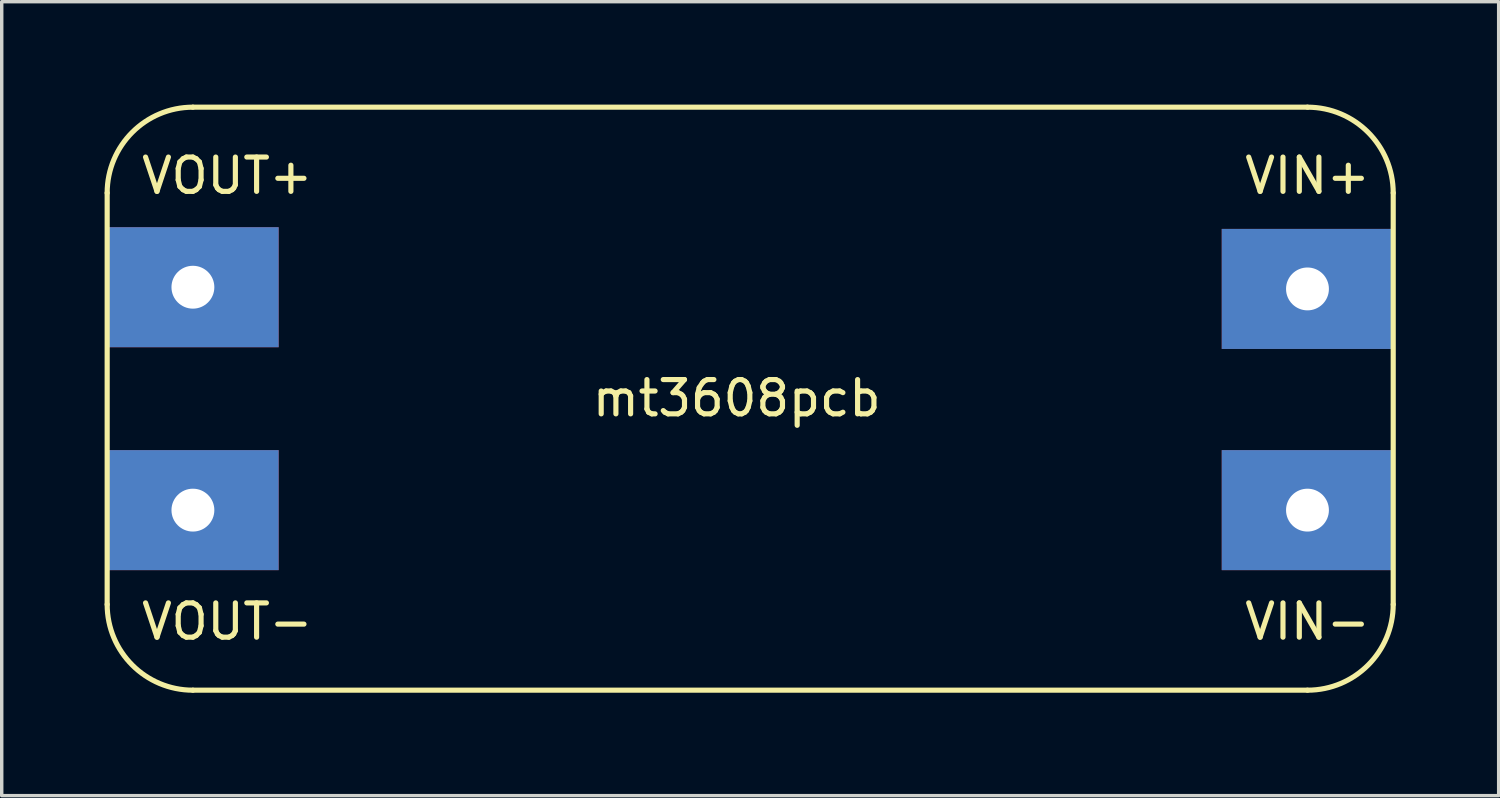
<source format=kicad_pcb>
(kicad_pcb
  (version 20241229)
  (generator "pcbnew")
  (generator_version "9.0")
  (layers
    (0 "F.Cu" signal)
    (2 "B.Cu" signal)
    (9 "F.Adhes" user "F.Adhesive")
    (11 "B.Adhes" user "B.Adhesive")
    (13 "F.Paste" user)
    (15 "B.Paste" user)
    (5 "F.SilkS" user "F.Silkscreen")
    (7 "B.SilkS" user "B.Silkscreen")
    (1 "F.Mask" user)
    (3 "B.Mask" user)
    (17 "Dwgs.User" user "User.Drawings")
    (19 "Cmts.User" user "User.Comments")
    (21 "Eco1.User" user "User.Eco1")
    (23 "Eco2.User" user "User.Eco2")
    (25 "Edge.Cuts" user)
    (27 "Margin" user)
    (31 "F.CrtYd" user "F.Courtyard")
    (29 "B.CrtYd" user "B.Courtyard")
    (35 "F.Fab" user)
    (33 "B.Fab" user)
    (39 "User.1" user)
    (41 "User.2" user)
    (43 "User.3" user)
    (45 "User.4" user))
  (footprint "mt3608pcb"
    (layer "F.Cu")
    (at 18.446 8.677)
    (property "Reference" "mt3608pcb" (at -0.013 -0.114 180) (layer "F.SilkS") (effects (font (size 1 1) (thickness 0.15))))
    (attr through_hole)
    (fp_line (start -18.371 -6.102) (end -18.371 5.898) (stroke (width 0.15) (type solid)) (layer "F.SilkS"))
    (fp_line (start -15.871 8.398) (end 16.629 8.398) (stroke (width 0.15) (type solid)) (layer "F.SilkS"))
    (fp_line (start 16.629 -8.602) (end -15.871 -8.602) (stroke (width 0.15) (type solid)) (layer "F.SilkS"))
    (fp_line (start 19.129 5.898) (end 19.129 -6.102) (stroke (width 0.15) (type solid)) (layer "F.SilkS"))
    (fp_arc (start -18.3711 -6.1016) (mid -17.638867 -7.869367) (end -15.8711 -8.6016) (stroke (width 0.15) (type solid)) (layer "F.SilkS"))
    (fp_arc (start -15.8711 8.3984) (mid -17.638867 7.666167) (end -18.3711 5.8984) (stroke (width 0.15) (type solid)) (layer "F.SilkS"))
    (fp_arc (start 16.6289 -8.6016) (mid 18.396667 -7.869367) (end 19.1289 -6.1016) (stroke (width 0.15) (type solid)) (layer "F.SilkS"))
    (fp_arc (start 19.1289 5.8984) (mid 18.396667 7.666167) (end 16.6289 8.3984) (stroke (width 0.15) (type solid)) (layer "F.SilkS"))
    (fp_text user "VIN+" (at 16.629 -6.602 0) (layer "F.SilkS") (effects (font (size 1 1) (thickness 0.15))))
    (fp_text user "VOUT+" (at -14.871 -6.602 0) (layer "F.SilkS") (effects (font (size 1 1) (thickness 0.15))))
    (fp_text user "VOUT-" (at -14.871 6.398 0) (layer "F.SilkS") (effects (font (size 1 1) (thickness 0.15))))
    (fp_text user "VIN-" (at 16.629 6.398 0) (layer "F.SilkS") (effects (font (size 1 1) (thickness 0.15))))
    (pad "1" thru_hole rect (at 16.629 -3.302 180) (size 5 3.5) (drill 1.25) (layers "*.Cu" "*.Mask"))
    (pad "2" thru_hole rect (at 16.629 3.148 180) (size 5 3.5) (drill 1.25) (layers "*.Cu" "*.Mask"))
    (pad "3" thru_hole rect (at -15.871 -3.352 180) (size 5 3.5) (drill 1.25) (layers "*.Cu" "*.Mask"))
    (pad "4" thru_hole rect (at -15.871 3.148 180) (size 5 3.5) (drill 1.25) (layers "*.Cu" "*.Mask")))
  (gr_rect
    (start -3 -3)
    (end 40.65 20.15)
    (stroke (width 0.1) (type default))
    (fill no)
    (layer "Edge.Cuts")))
</source>
